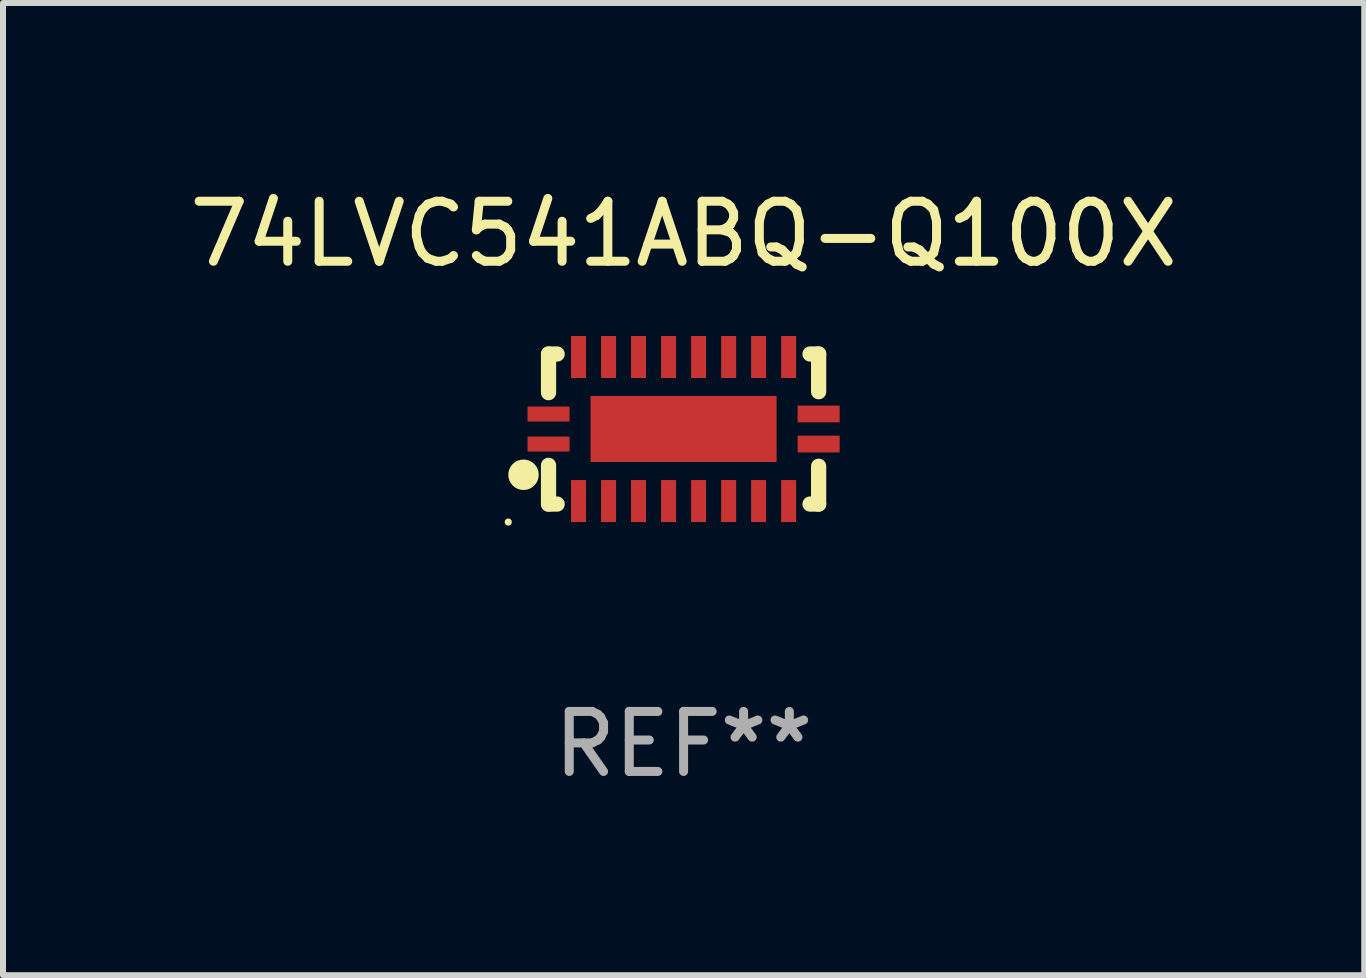
<source format=kicad_pcb>
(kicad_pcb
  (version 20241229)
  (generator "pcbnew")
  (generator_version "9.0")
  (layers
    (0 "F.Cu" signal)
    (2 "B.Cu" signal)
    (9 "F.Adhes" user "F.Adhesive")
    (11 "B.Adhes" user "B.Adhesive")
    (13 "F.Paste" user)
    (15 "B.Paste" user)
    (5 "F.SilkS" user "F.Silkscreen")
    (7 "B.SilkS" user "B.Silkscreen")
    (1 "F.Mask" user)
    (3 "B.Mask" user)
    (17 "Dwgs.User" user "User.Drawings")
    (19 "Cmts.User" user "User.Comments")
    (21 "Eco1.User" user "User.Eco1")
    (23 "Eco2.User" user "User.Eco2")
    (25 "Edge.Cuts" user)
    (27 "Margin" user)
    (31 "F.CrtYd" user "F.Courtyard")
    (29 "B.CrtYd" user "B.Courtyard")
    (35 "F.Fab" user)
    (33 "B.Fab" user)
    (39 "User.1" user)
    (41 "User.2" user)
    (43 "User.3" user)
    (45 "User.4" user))
  (footprint "74LVC541ABQ-Q100X"
    (layer "F.Cu")
    (at 8.339 4.098)
    (property "Reference" "74LVC541ABQ-Q100X" (at 0 -3.25 0) (layer "F.SilkS") (effects (font (size 1 1) (thickness 0.15))))
    (attr through_hole)
    (fp_line (start -2.25 0.605) (end -2.25 1.25) (stroke (width 0.254) (type solid)) (layer "F.SilkS"))
    (fp_line (start -2.25 1.25) (end -2.107 1.25) (stroke (width 0.254) (type solid)) (layer "F.SilkS"))
    (fp_line (start -2.25 -1.25) (end -2.25 -0.606) (stroke (width 0.254) (type solid)) (layer "F.SilkS"))
    (fp_line (start -2.25 -1.25) (end -2.107 -1.25) (stroke (width 0.254) (type solid)) (layer "F.SilkS"))
    (fp_line (start 2.107 -1.25) (end 2.25 -1.25) (stroke (width 0.254) (type solid)) (layer "F.SilkS"))
    (fp_line (start 2.107 1.25) (end 2.25 1.25) (stroke (width 0.254) (type solid)) (layer "F.SilkS"))
    (fp_line (start 2.25 -1.25) (end 2.25 -0.622) (stroke (width 0.254) (type solid)) (layer "F.SilkS"))
    (fp_line (start 2.25 0.62) (end 2.25 1.25) (stroke (width 0.254) (type solid)) (layer "F.SilkS"))
    (fp_circle (center -2.921 1.55) (end -2.891 1.55) (stroke (width 0.06) (type solid)) (fill no) (layer "F.SilkS"))
    (fp_circle (center -2.667 0.762) (end -2.54 0.762) (stroke (width 0.254) (type solid)) (fill no) (layer "F.SilkS"))
    (fp_text user "REF**" (at 0 5.25 0) (layer "F.Fab") (effects (font (size 1 1) (thickness 0.15))))
    (pad "1" smd rect (at -2.25 0.25 180) (size 0.7 0.25) (layers "F.Cu" "F.Mask" "F.Paste"))
    (pad "2" smd rect (at -1.75 1.2 90) (size 0.7 0.25) (layers "F.Cu" "F.Mask" "F.Paste"))
    (pad "3" smd rect (at -1.25 1.2 90) (size 0.7 0.25) (layers "F.Cu" "F.Mask" "F.Paste"))
    (pad "4" smd rect (at -0.751 1.2 90) (size 0.7 0.25) (layers "F.Cu" "F.Mask" "F.Paste"))
    (pad "5" smd rect (at -0.25 1.2 90) (size 0.7 0.25) (layers "F.Cu" "F.Mask" "F.Paste"))
    (pad "6" smd rect (at 0.25 1.2 90) (size 0.7 0.25) (layers "F.Cu" "F.Mask" "F.Paste"))
    (pad "7" smd rect (at 0.751 1.2 90) (size 0.7 0.25) (layers "F.Cu" "F.Mask" "F.Paste"))
    (pad "8" smd rect (at 1.25 1.2 90) (size 0.7 0.25) (layers "F.Cu" "F.Mask" "F.Paste"))
    (pad "9" smd rect (at 1.75 1.2 90) (size 0.7 0.25) (layers "F.Cu" "F.Mask" "F.Paste"))
    (pad "10" smd rect (at 2.25 0.25 180) (size 0.7 0.28) (layers "F.Cu" "F.Mask" "F.Paste"))
    (pad "11" smd rect (at 2.25 -0.251 180) (size 0.7 0.28) (layers "F.Cu" "F.Mask" "F.Paste"))
    (pad "12" smd rect (at 1.75 -1.2 90) (size 0.7 0.25) (layers "F.Cu" "F.Mask" "F.Paste"))
    (pad "13" smd rect (at 1.25 -1.2 90) (size 0.7 0.25) (layers "F.Cu" "F.Mask" "F.Paste"))
    (pad "14" smd rect (at 0.751 -1.2 90) (size 0.7 0.25) (layers "F.Cu" "F.Mask" "F.Paste"))
    (pad "15" smd rect (at 0.25 -1.2 90) (size 0.7 0.25) (layers "F.Cu" "F.Mask" "F.Paste"))
    (pad "16" smd rect (at -0.25 -1.2 90) (size 0.7 0.25) (layers "F.Cu" "F.Mask" "F.Paste"))
    (pad "17" smd rect (at -0.751 -1.2 90) (size 0.7 0.25) (layers "F.Cu" "F.Mask" "F.Paste"))
    (pad "18" smd rect (at -1.25 -1.2 90) (size 0.7 0.25) (layers "F.Cu" "F.Mask" "F.Paste"))
    (pad "19" smd rect (at -1.75 -1.2 90) (size 0.7 0.25) (layers "F.Cu" "F.Mask" "F.Paste"))
    (pad "20" smd rect (at -2.25 -0.25 180) (size 0.7 0.25) (layers "F.Cu" "F.Mask" "F.Paste"))
    (pad "21" smd rect (at 0 -0.001 180) (size 3.1 1.1) (layers "F.Cu" "F.Mask" "F.Paste")))
  (gr_rect
    (start -3 -3)
    (end 19.679 13.197)
    (stroke (width 0.1) (type default))
    (fill no)
    (layer "Edge.Cuts")))
</source>
